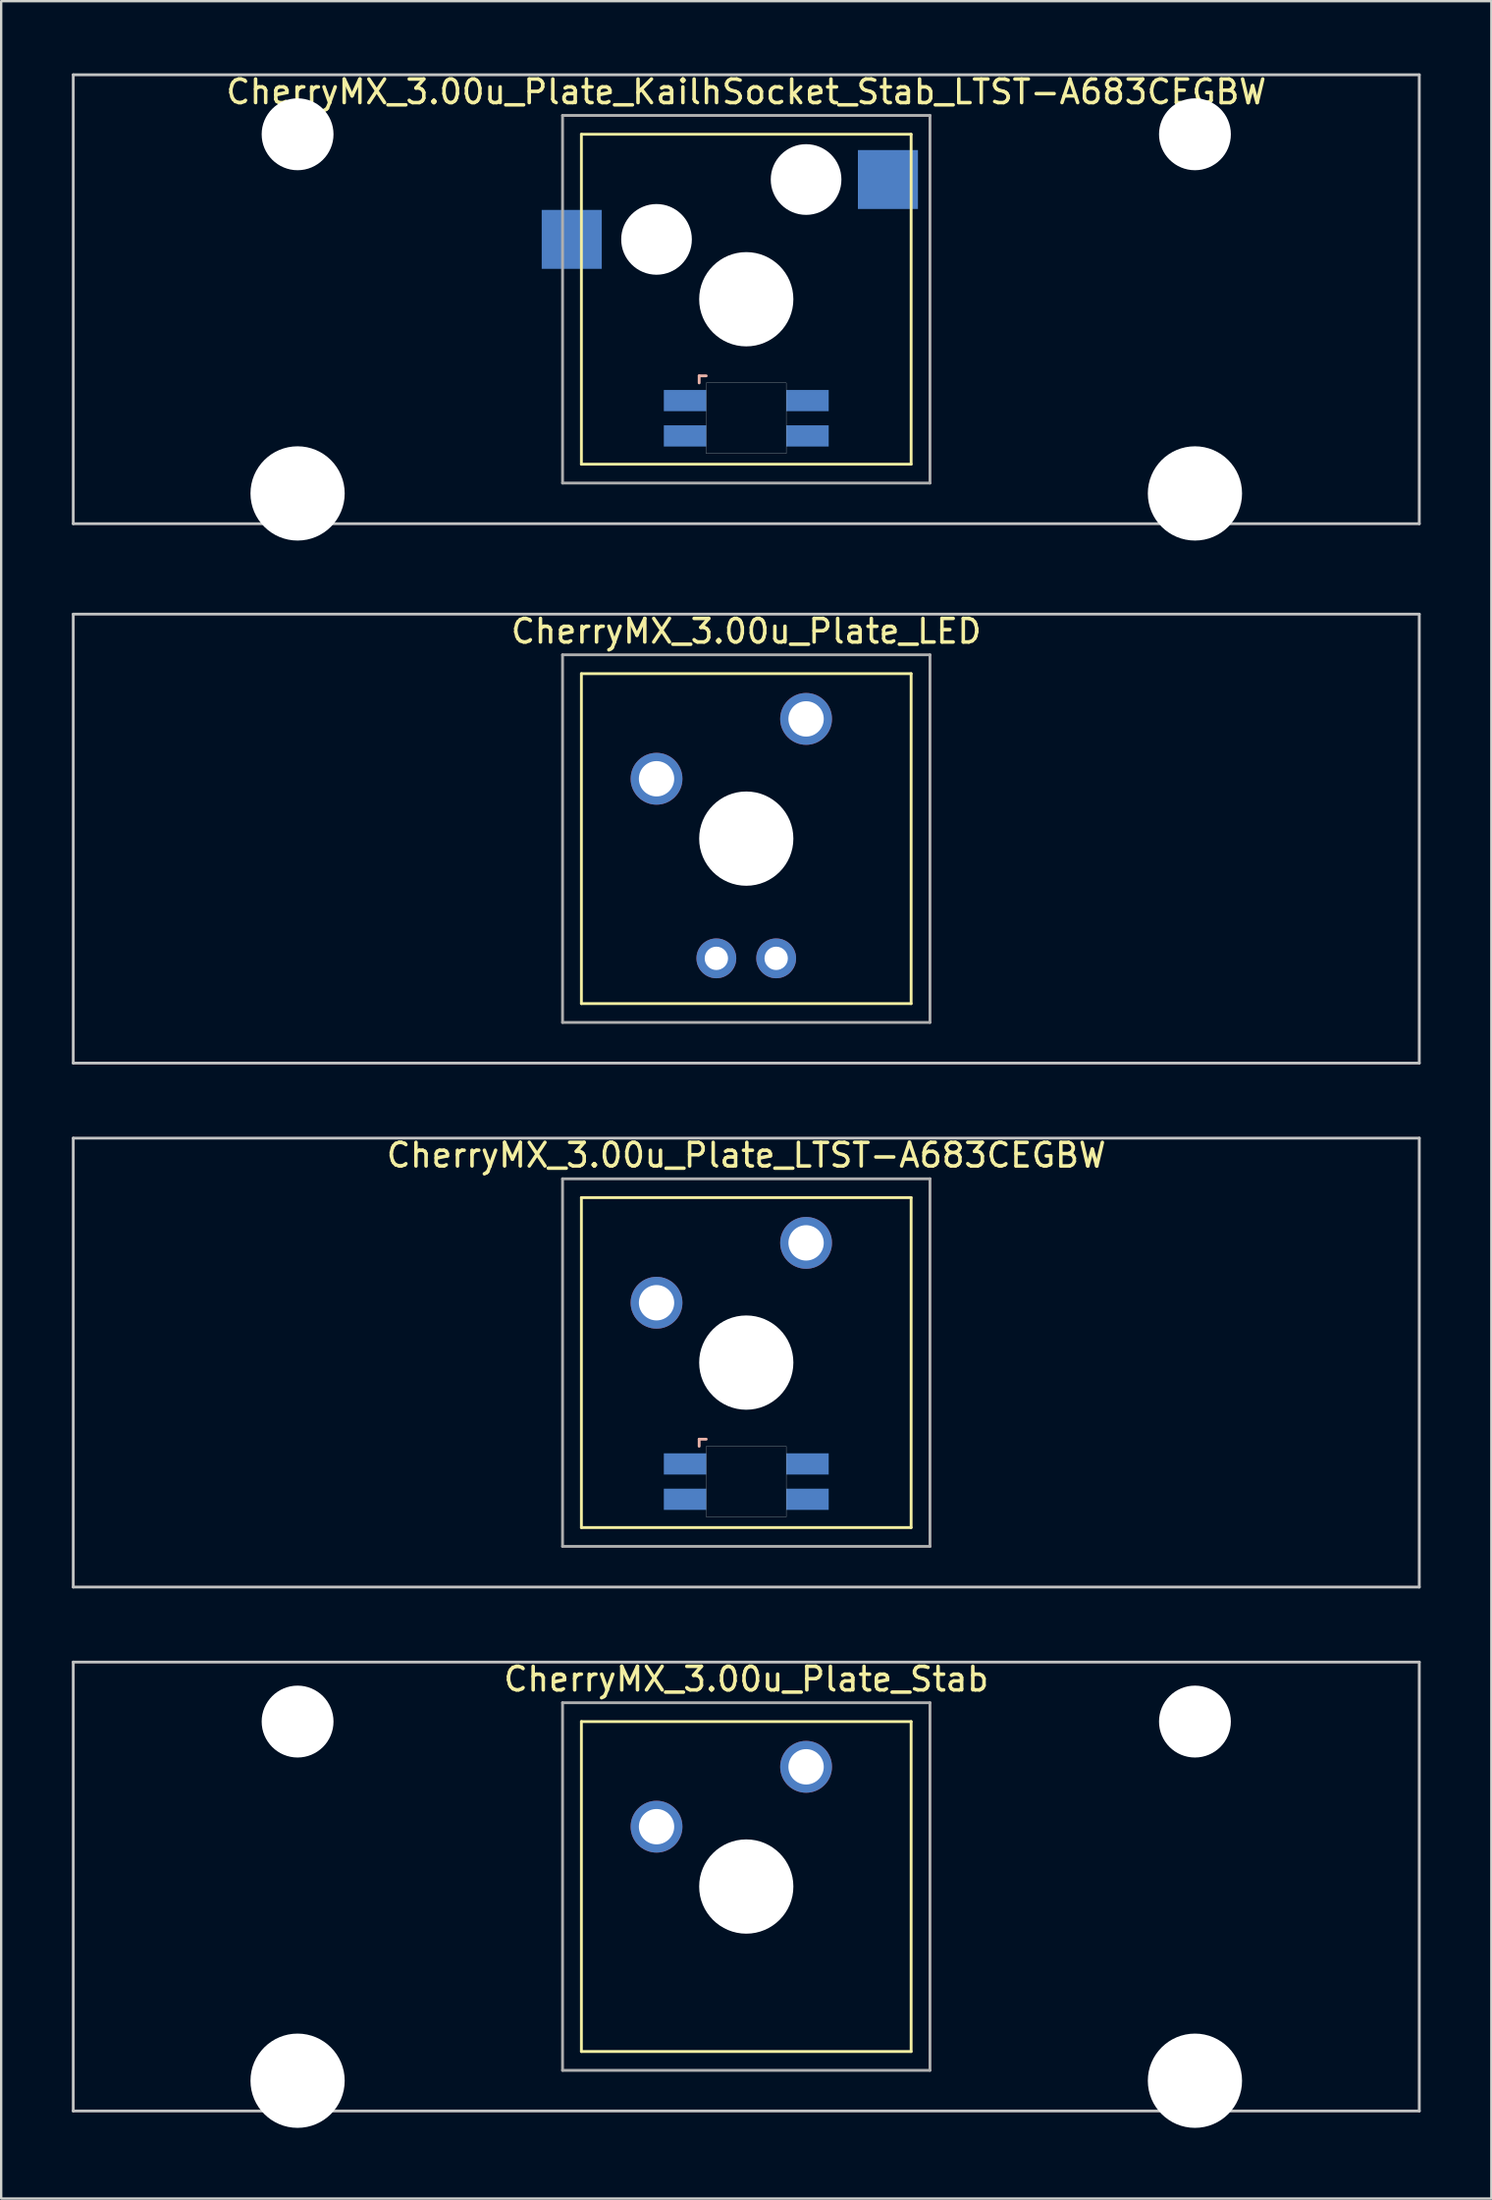
<source format=kicad_pcb>
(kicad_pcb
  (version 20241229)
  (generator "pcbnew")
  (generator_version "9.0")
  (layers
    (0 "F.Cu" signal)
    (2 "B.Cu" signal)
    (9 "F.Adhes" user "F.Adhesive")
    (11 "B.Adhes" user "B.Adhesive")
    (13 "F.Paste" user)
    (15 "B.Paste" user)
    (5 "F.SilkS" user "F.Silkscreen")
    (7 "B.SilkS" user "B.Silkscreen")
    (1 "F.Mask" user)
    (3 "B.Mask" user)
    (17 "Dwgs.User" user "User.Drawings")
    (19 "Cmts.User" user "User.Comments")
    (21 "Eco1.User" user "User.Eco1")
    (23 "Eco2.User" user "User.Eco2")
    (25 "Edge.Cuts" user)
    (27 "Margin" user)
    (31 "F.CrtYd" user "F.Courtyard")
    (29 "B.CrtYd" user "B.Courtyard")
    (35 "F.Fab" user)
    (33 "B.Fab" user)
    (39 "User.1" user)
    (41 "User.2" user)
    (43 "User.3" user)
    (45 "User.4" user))
  (footprint "CherryMX_3.00u_Plate_KailhSocket_Stab_LTST-A683CEGBW"
    (layer "F.Cu")
    (at 28.635 9.648)
    (property "Reference" "CherryMX_3.00u_Plate_KailhSocket_Stab_LTST-A683CEGBW" (at 0 -8.8 0) (layer "F.SilkS") (effects (font (size 1 1) (thickness 0.15))))
    (attr through_hole)
    (fp_line (start -7 -7) (end -7 7) (stroke (width 0.12) (type solid)) (layer "F.SilkS"))
    (fp_line (start -7 -7) (end 7 -7) (stroke (width 0.12) (type solid)) (layer "F.SilkS"))
    (fp_line (start 7 -7) (end 7 7) (stroke (width 0.12) (type solid)) (layer "F.SilkS"))
    (fp_line (start 7 7) (end -7 7) (stroke (width 0.12) (type solid)) (layer "F.SilkS"))
    (fp_line (start -2 3.25) (end -2 3.55) (stroke (width 0.12) (type solid)) (layer "B.SilkS"))
    (fp_line (start -1.7 3.25) (end -2 3.25) (stroke (width 0.12) (type solid)) (layer "B.SilkS"))
    (fp_line (start -28.575 -9.525) (end 28.575 -9.525) (stroke (width 0.12) (type solid)) (layer "Dwgs.User"))
    (fp_line (start -28.575 9.525) (end -28.575 -9.525) (stroke (width 0.12) (type solid)) (layer "Dwgs.User"))
    (fp_line (start 28.575 -9.525) (end 28.575 9.525) (stroke (width 0.12) (type solid)) (layer "Dwgs.User"))
    (fp_line (start 28.575 9.525) (end -28.575 9.525) (stroke (width 0.12) (type solid)) (layer "Dwgs.User"))
    (fp_poly (pts (xy 1.7 6.55) (xy -1.7 6.55) (xy -1.7 3.55) (xy 1.7 3.55)) (stroke (width 0.01) (type solid)) (fill no) (layer "Edge.Cuts"))
    (fp_line (start -7.8 -7.8) (end -7.8 7.8) (stroke (width 0.12) (type solid)) (layer "F.Fab"))
    (fp_line (start -7.8 -7.8) (end 7.8 -7.8) (stroke (width 0.12) (type solid)) (layer "F.Fab"))
    (fp_line (start -7.8 7.8) (end 7.8 7.8) (stroke (width 0.12) (type solid)) (layer "F.Fab"))
    (fp_line (start 7.8 -7.8) (end 7.8 7.8) (stroke (width 0.12) (type solid)) (layer "F.Fab"))
    (pad "" np_thru_hole circle (at -19.05 -7) (size 3.05 3.05) (drill 3.05) (layers "*.Cu" "*.Mask"))
    (pad "" np_thru_hole circle (at -19.05 8.24) (size 4 4) (drill 4) (layers "*.Cu" "*.Mask"))
    (pad "" np_thru_hole circle (at -3.81 -2.54) (size 3 3) (drill 3) (layers "*.Cu" "*.Mask"))
    (pad "" np_thru_hole circle (at 0 0) (size 4 4) (drill 4) (layers "*.Cu" "*.Mask"))
    (pad "" np_thru_hole circle (at 2.54 -5.08) (size 3 3) (drill 3) (layers "*.Cu" "*.Mask"))
    (pad "" np_thru_hole circle (at 19.05 -7) (size 3.05 3.05) (drill 3.05) (layers "*.Cu" "*.Mask"))
    (pad "" np_thru_hole circle (at 19.05 8.24) (size 4 4) (drill 4) (layers "*.Cu" "*.Mask"))
    (pad "1" smd rect (at -7.41 -2.54) (size 2.55 2.5) (layers "B.Cu" "B.Mask" "B.Paste"))
    (pad "2" smd rect (at 6.015 -5.08) (size 2.55 2.5) (layers "B.Cu" "B.Mask" "B.Paste"))
    (pad "3" smd rect (at -2.6 4.3) (size 1.8 0.9) (layers "B.Cu" "B.Mask" "B.Paste"))
    (pad "4" smd rect (at -2.6 5.8) (size 1.8 0.9) (layers "B.Cu" "B.Mask" "B.Paste"))
    (pad "5" smd rect (at 2.6 4.3) (size 1.8 0.9) (layers "B.Cu" "B.Mask" "B.Paste"))
    (pad "6" smd rect (at 2.6 5.8) (size 1.8 0.9) (layers "B.Cu" "B.Mask" "B.Paste")))
  (footprint "CherryMX_3.00u_Plate_Stab"
    (layer "F.Cu")
    (at 28.635 77.003)
    (property "Reference" "CherryMX_3.00u_Plate_Stab" (at 0 -8.8 0) (layer "F.SilkS") (effects (font (size 1 1) (thickness 0.15))))
    (attr through_hole)
    (fp_line (start -7 -7) (end -7 7) (stroke (width 0.12) (type solid)) (layer "F.SilkS"))
    (fp_line (start -7 -7) (end 7 -7) (stroke (width 0.12) (type solid)) (layer "F.SilkS"))
    (fp_line (start 7 -7) (end 7 7) (stroke (width 0.12) (type solid)) (layer "F.SilkS"))
    (fp_line (start 7 7) (end -7 7) (stroke (width 0.12) (type solid)) (layer "F.SilkS"))
    (fp_line (start -28.575 -9.525) (end 28.575 -9.525) (stroke (width 0.12) (type solid)) (layer "Dwgs.User"))
    (fp_line (start -28.575 9.525) (end -28.575 -9.525) (stroke (width 0.12) (type solid)) (layer "Dwgs.User"))
    (fp_line (start 28.575 -9.525) (end 28.575 9.525) (stroke (width 0.12) (type solid)) (layer "Dwgs.User"))
    (fp_line (start 28.575 9.525) (end -28.575 9.525) (stroke (width 0.12) (type solid)) (layer "Dwgs.User"))
    (fp_line (start -7.8 -7.8) (end -7.8 7.8) (stroke (width 0.12) (type solid)) (layer "F.Fab"))
    (fp_line (start -7.8 -7.8) (end 7.8 -7.8) (stroke (width 0.12) (type solid)) (layer "F.Fab"))
    (fp_line (start -7.8 7.8) (end 7.8 7.8) (stroke (width 0.12) (type solid)) (layer "F.Fab"))
    (fp_line (start 7.8 -7.8) (end 7.8 7.8) (stroke (width 0.12) (type solid)) (layer "F.Fab"))
    (pad "" np_thru_hole circle (at -19.05 -7) (size 3.05 3.05) (drill 3.05) (layers "*.Cu" "*.Mask"))
    (pad "" np_thru_hole circle (at -19.05 8.24) (size 4 4) (drill 4) (layers "*.Cu" "*.Mask"))
    (pad "" np_thru_hole circle (at 0 0) (size 4 4) (drill 4) (layers "*.Cu" "*.Mask"))
    (pad "" np_thru_hole circle (at 19.05 -7) (size 3.05 3.05) (drill 3.05) (layers "*.Cu" "*.Mask"))
    (pad "" np_thru_hole circle (at 19.05 8.24) (size 4 4) (drill 4) (layers "*.Cu" "*.Mask"))
    (pad "1" thru_hole circle (at -3.81 -2.54) (size 2.2 2.2) (drill 1.5) (layers "*.Cu" "*.Mask"))
    (pad "2" thru_hole circle (at 2.54 -5.08) (size 2.2 2.2) (drill 1.5) (layers "*.Cu" "*.Mask")))
  (footprint "CherryMX_3.00u_Plate_LTST-A683CEGBW"
    (layer "F.Cu")
    (at 28.635 54.77)
    (property "Reference" "CherryMX_3.00u_Plate_LTST-A683CEGBW" (at 0 -8.8 0) (layer "F.SilkS") (effects (font (size 1 1) (thickness 0.15))))
    (attr through_hole)
    (fp_line (start -7 -7) (end -7 7) (stroke (width 0.12) (type solid)) (layer "F.SilkS"))
    (fp_line (start -7 -7) (end 7 -7) (stroke (width 0.12) (type solid)) (layer "F.SilkS"))
    (fp_line (start 7 -7) (end 7 7) (stroke (width 0.12) (type solid)) (layer "F.SilkS"))
    (fp_line (start 7 7) (end -7 7) (stroke (width 0.12) (type solid)) (layer "F.SilkS"))
    (fp_line (start -2 3.25) (end -2 3.55) (stroke (width 0.12) (type solid)) (layer "B.SilkS"))
    (fp_line (start -1.7 3.25) (end -2 3.25) (stroke (width 0.12) (type solid)) (layer "B.SilkS"))
    (fp_line (start -28.575 -9.525) (end 28.575 -9.525) (stroke (width 0.12) (type solid)) (layer "Dwgs.User"))
    (fp_line (start -28.575 9.525) (end -28.575 -9.525) (stroke (width 0.12) (type solid)) (layer "Dwgs.User"))
    (fp_line (start 28.575 -9.525) (end 28.575 9.525) (stroke (width 0.12) (type solid)) (layer "Dwgs.User"))
    (fp_line (start 28.575 9.525) (end -28.575 9.525) (stroke (width 0.12) (type solid)) (layer "Dwgs.User"))
    (fp_poly (pts (xy 1.7 6.55) (xy -1.7 6.55) (xy -1.7 3.55) (xy 1.7 3.55)) (stroke (width 0.01) (type solid)) (fill no) (layer "Edge.Cuts"))
    (fp_line (start -7.8 -7.8) (end -7.8 7.8) (stroke (width 0.12) (type solid)) (layer "F.Fab"))
    (fp_line (start -7.8 -7.8) (end 7.8 -7.8) (stroke (width 0.12) (type solid)) (layer "F.Fab"))
    (fp_line (start -7.8 7.8) (end 7.8 7.8) (stroke (width 0.12) (type solid)) (layer "F.Fab"))
    (fp_line (start 7.8 -7.8) (end 7.8 7.8) (stroke (width 0.12) (type solid)) (layer "F.Fab"))
    (pad "" np_thru_hole circle (at 0 0) (size 4 4) (drill 4) (layers "*.Cu" "*.Mask"))
    (pad "1" thru_hole circle (at -3.81 -2.54) (size 2.2 2.2) (drill 1.5) (layers "*.Cu" "*.Mask"))
    (pad "2" thru_hole circle (at 2.54 -5.08) (size 2.2 2.2) (drill 1.5) (layers "*.Cu" "*.Mask"))
    (pad "3" smd rect (at -2.6 4.3) (size 1.8 0.9) (layers "B.Cu" "B.Mask" "B.Paste"))
    (pad "4" smd rect (at -2.6 5.8) (size 1.8 0.9) (layers "B.Cu" "B.Mask" "B.Paste"))
    (pad "5" smd rect (at 2.6 4.3) (size 1.8 0.9) (layers "B.Cu" "B.Mask" "B.Paste"))
    (pad "6" smd rect (at 2.6 5.8) (size 1.8 0.9) (layers "B.Cu" "B.Mask" "B.Paste")))
  (footprint "CherryMX_3.00u_Plate_LED"
    (layer "F.Cu")
    (at 28.635 32.536)
    (property "Reference" "CherryMX_3.00u_Plate_LED" (at 0 -8.8 0) (layer "F.SilkS") (effects (font (size 1 1) (thickness 0.15))))
    (attr through_hole)
    (fp_line (start -7 -7) (end -7 7) (stroke (width 0.12) (type solid)) (layer "F.SilkS"))
    (fp_line (start -7 -7) (end 7 -7) (stroke (width 0.12) (type solid)) (layer "F.SilkS"))
    (fp_line (start 7 -7) (end 7 7) (stroke (width 0.12) (type solid)) (layer "F.SilkS"))
    (fp_line (start 7 7) (end -7 7) (stroke (width 0.12) (type solid)) (layer "F.SilkS"))
    (fp_line (start -28.575 -9.525) (end 28.575 -9.525) (stroke (width 0.12) (type solid)) (layer "Dwgs.User"))
    (fp_line (start -28.575 9.525) (end -28.575 -9.525) (stroke (width 0.12) (type solid)) (layer "Dwgs.User"))
    (fp_line (start 28.575 -9.525) (end 28.575 9.525) (stroke (width 0.12) (type solid)) (layer "Dwgs.User"))
    (fp_line (start 28.575 9.525) (end -28.575 9.525) (stroke (width 0.12) (type solid)) (layer "Dwgs.User"))
    (fp_line (start -7.8 -7.8) (end -7.8 7.8) (stroke (width 0.12) (type solid)) (layer "F.Fab"))
    (fp_line (start -7.8 -7.8) (end 7.8 -7.8) (stroke (width 0.12) (type solid)) (layer "F.Fab"))
    (fp_line (start -7.8 7.8) (end 7.8 7.8) (stroke (width 0.12) (type solid)) (layer "F.Fab"))
    (fp_line (start 7.8 -7.8) (end 7.8 7.8) (stroke (width 0.12) (type solid)) (layer "F.Fab"))
    (pad "" np_thru_hole circle (at 0 0) (size 4 4) (drill 4) (layers "*.Cu" "*.Mask"))
    (pad "1" thru_hole circle (at -3.81 -2.54) (size 2.2 2.2) (drill 1.5) (layers "*.Cu" "*.Mask"))
    (pad "2" thru_hole circle (at 2.54 -5.08) (size 2.2 2.2) (drill 1.5) (layers "*.Cu" "*.Mask"))
    (pad "3" thru_hole circle (at -1.27 5.08) (size 1.691 1.691) (drill 0.991) (layers "*.Cu" "*.Mask"))
    (pad "4" thru_hole circle (at 1.27 5.08) (size 1.691 1.691) (drill 0.991) (layers "*.Cu" "*.Mask")))
  (gr_rect
    (start -3 -3)
    (end 60.27 90.243)
    (stroke (width 0.1) (type default))
    (fill no)
    (layer "Edge.Cuts")))
</source>
